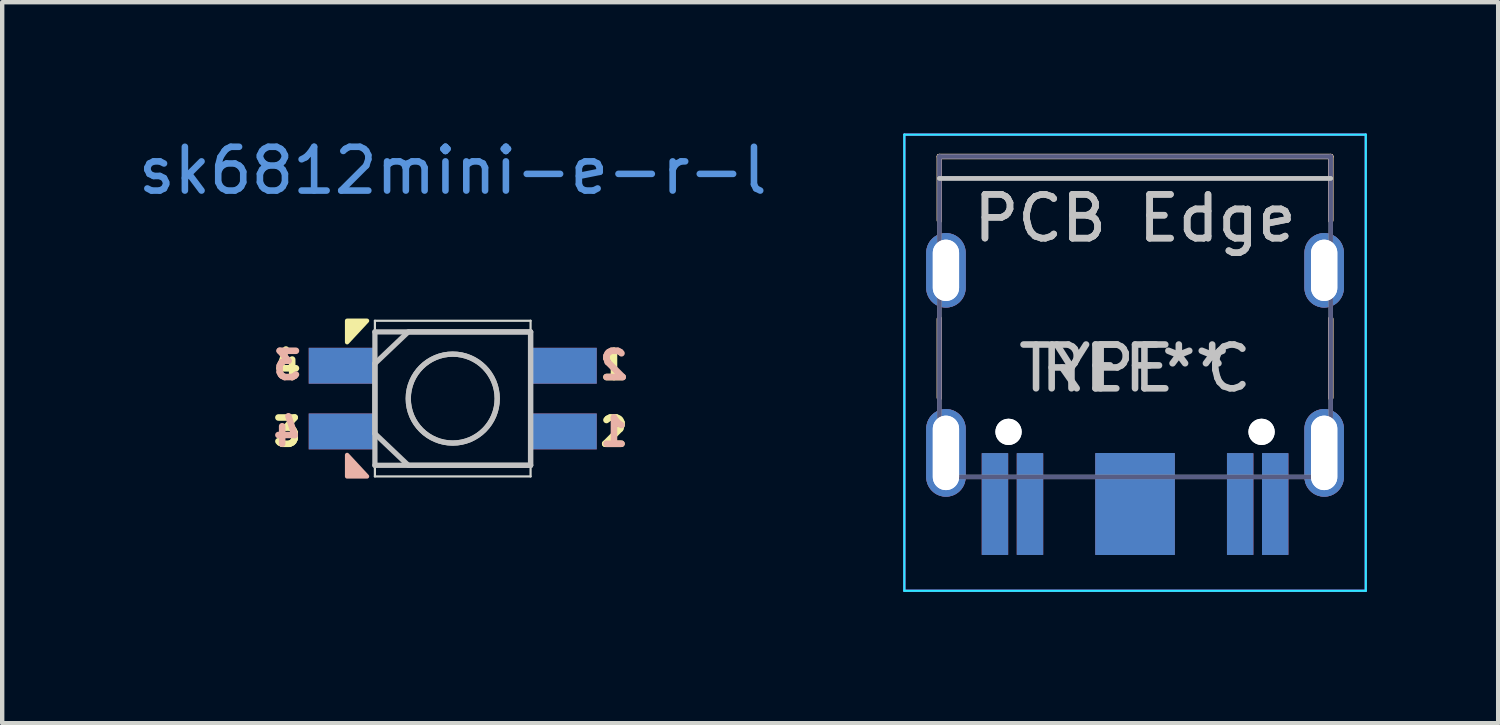
<source format=kicad_pcb>
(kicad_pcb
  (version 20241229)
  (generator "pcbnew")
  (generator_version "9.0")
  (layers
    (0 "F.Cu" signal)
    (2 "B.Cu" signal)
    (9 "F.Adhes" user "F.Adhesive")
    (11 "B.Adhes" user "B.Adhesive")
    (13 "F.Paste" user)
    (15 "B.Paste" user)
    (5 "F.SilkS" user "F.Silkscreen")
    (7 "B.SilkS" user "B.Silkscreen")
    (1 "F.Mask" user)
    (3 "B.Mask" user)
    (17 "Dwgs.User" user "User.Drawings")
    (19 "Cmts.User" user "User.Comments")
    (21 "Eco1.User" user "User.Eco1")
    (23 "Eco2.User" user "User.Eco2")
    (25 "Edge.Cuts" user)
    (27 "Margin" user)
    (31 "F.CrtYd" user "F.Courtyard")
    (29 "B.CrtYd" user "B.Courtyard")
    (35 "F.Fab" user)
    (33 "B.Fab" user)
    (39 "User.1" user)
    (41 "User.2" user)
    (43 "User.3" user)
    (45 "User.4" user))
  (footprint "sk6812mini-e-r-l"
    (layer "F.Cu")
    (at 7.292 0.848)
    (property "Reference" "sk6812mini-e-r-l" (at 0 0 0) (layer "Cmts.User") (effects (font (size 1 1) (thickness 0.15))))
    (attr through_hole)
    (fp_poly (pts (xy -2.413 3.919) (xy -2.413 3.429) (xy -1.958 3.429)) (stroke (width 0.1) (type solid)) (fill yes) (layer "F.SilkS"))
    (fp_poly (pts (xy -2.413 6.495) (xy -2.413 6.985) (xy -1.958 6.985)) (stroke (width 0.1) (type solid)) (fill yes) (layer "B.SilkS"))
    (fp_line (start -1.778 3.683) (end -1.778 6.007) (stroke (width 0.12) (type solid)) (layer "Dwgs.User"))
    (fp_line (start -1.778 3.683) (end 1.778 3.683) (stroke (width 0.12) (type solid)) (layer "Dwgs.User"))
    (fp_line (start -1.778 6.731) (end -1.778 4.407) (stroke (width 0.12) (type solid)) (layer "Dwgs.User"))
    (fp_line (start -1.778 6.731) (end 1.778 6.731) (stroke (width 0.12) (type solid)) (layer "Dwgs.User"))
    (fp_line (start -1.016 3.683) (end -1.778 4.407) (stroke (width 0.12) (type solid)) (layer "Dwgs.User"))
    (fp_line (start -1.016 6.731) (end -1.778 6.007) (stroke (width 0.12) (type solid)) (layer "Dwgs.User"))
    (fp_line (start -1 3.683) (end 1.778 3.683) (stroke (width 0.12) (type solid)) (layer "Dwgs.User"))
    (fp_line (start -1 6.731) (end 1.778 6.731) (stroke (width 0.12) (type solid)) (layer "Dwgs.User"))
    (fp_line (start 1.778 3.683) (end 1.778 6.731) (stroke (width 0.12) (type solid)) (layer "Dwgs.User"))
    (fp_line (start 1.778 6.731) (end 1.778 3.683) (stroke (width 0.12) (type solid)) (layer "Dwgs.User"))
    (fp_circle (center 0 5.207) (end -1.016 5.207) (stroke (width 0.12) (type solid)) (fill no) (layer "Dwgs.User"))
    (fp_circle (center 0 5.207) (end -1.016 5.207) (stroke (width 0.12) (type solid)) (fill no) (layer "Dwgs.User"))
    (fp_line (start -1.778 3.429) (end -1.778 6.985) (stroke (width 0.05) (type solid)) (layer "Edge.Cuts"))
    (fp_line (start 1.778 3.429) (end -1.778 3.429) (stroke (width 0.05) (type solid)) (layer "Edge.Cuts"))
    (fp_line (start 1.778 6.985) (end -1.778 6.985) (stroke (width 0.05) (type solid)) (layer "Edge.Cuts"))
    (fp_line (start 1.778 6.985) (end 1.778 3.429) (stroke (width 0.05) (type solid)) (layer "Edge.Cuts"))
    (fp_text user "3" (at -3.782 5.969 0) (layer "F.SilkS") (effects (font (size 0.6 0.6) (thickness 0.15))))
    (fp_text user "1" (at 3.683 4.445 0) (layer "F.SilkS") (effects (font (size 0.6 0.6) (thickness 0.15))))
    (fp_text user "4" (at -3.782 4.445 0) (layer "F.SilkS") (effects (font (size 0.6 0.6) (thickness 0.15))))
    (fp_text user "2" (at 3.683 5.969 0) (layer "F.SilkS") (effects (font (size 0.6 0.6) (thickness 0.15))))
    (fp_text user "3" (at -3.782 4.445 0) (layer "B.SilkS") (effects (font (size 0.6 0.6) (thickness 0.15)) (justify mirror)))
    (fp_text user "4" (at -3.782 5.969 0) (layer "B.SilkS") (effects (font (size 0.6 0.6) (thickness 0.15)) (justify mirror)))
    (fp_text user "2" (at 3.683 4.445 0) (layer "B.SilkS") (effects (font (size 0.6 0.6) (thickness 0.15)) (justify mirror)))
    (fp_text user "1" (at 3.683 5.969 0) (layer "B.SilkS") (effects (font (size 0.6 0.6) (thickness 0.15)) (justify mirror)))
    (fp_text user " " (at 0 0 0) (layer "F.Fab") (effects (font (size 1 1) (thickness 0.15))))
    (pad "1" smd rect (at 2.54 4.457 180) (size 1.5 0.82) (layers "F.Cu" "F.Mask" "F.Paste"))
    (pad "1" smd rect (at 2.54 5.957 180) (size 1.5 0.82) (layers "B.Cu" "B.Mask" "B.Paste"))
    (pad "2" smd trapezoid (at 2.54 4.457 180) (size 1.5 0.82) (layers "B.Cu" "B.Mask" "B.Paste"))
    (pad "2" smd trapezoid (at 2.54 5.957 180) (size 1.5 0.82) (layers "F.Cu" "F.Mask" "F.Paste"))
    (pad "3" smd rect (at -2.54 4.457 180) (size 1.5 0.82) (layers "B.Cu" "B.Mask" "B.Paste"))
    (pad "3" smd rect (at -2.54 5.957 180) (size 1.5 0.82) (layers "F.Cu" "F.Mask" "F.Paste"))
    (pad "4" smd rect (at -2.54 4.457 180) (size 1.5 0.82) (layers "F.Cu" "F.Mask" "F.Paste"))
    (pad "4" smd rect (at -2.54 5.957 180) (size 1.5 0.82) (layers "B.Cu" "B.Mask" "B.Paste")))
  (footprint "TYPE C"
    (layer "F.Cu")
    (at 22.878 5.365)
    (property "Reference" "TYPE C" (at 0 0 0) (layer "Dwgs.User") (effects (font (size 1 1) (thickness 0.15))))
    (attr through_hole)
    (fp_line (start -4.47 -4.84) (end -4.47 -3.38) (stroke (width 0.12) (type solid)) (layer "F.SilkS"))
    (fp_line (start -4.47 -4.84) (end 4.47 -4.84) (stroke (width 0.12) (type solid)) (layer "F.SilkS"))
    (fp_line (start -4.47 0.67) (end -4.47 -1.13) (stroke (width 0.12) (type solid)) (layer "F.SilkS"))
    (fp_line (start 4.47 -4.84) (end 4.47 -3.38) (stroke (width 0.12) (type solid)) (layer "F.SilkS"))
    (fp_line (start 4.47 0.67) (end 4.47 -1.13) (stroke (width 0.12) (type solid)) (layer "F.SilkS"))
    (fp_line (start -4.47 -4.84) (end -4.47 -3.38) (stroke (width 0.12) (type solid)) (layer "B.SilkS"))
    (fp_line (start -4.47 0.67) (end -4.47 -1.13) (stroke (width 0.12) (type solid)) (layer "B.SilkS"))
    (fp_line (start 4.47 -4.84) (end -4.47 -4.84) (stroke (width 0.12) (type solid)) (layer "B.SilkS"))
    (fp_line (start 4.47 -4.84) (end 4.47 -3.38) (stroke (width 0.12) (type solid)) (layer "B.SilkS"))
    (fp_line (start 4.47 0.67) (end 4.47 -1.13) (stroke (width 0.12) (type solid)) (layer "B.SilkS"))
    (fp_line (start -4.47 -4.34) (end 4.47 -4.34) (stroke (width 0.1) (type solid)) (layer "Dwgs.User"))
    (fp_line (start 4.47 -4.34) (end -4.47 -4.34) (stroke (width 0.1) (type solid)) (layer "Dwgs.User"))
    (fp_line (start -5.27 5.08) (end -5.27 -5.34) (stroke (width 0.05) (type solid)) (layer "B.CrtYd"))
    (fp_line (start 5.27 -5.34) (end -5.27 -5.34) (stroke (width 0.05) (type solid)) (layer "B.CrtYd"))
    (fp_line (start 5.27 -5.34) (end 5.27 5.08) (stroke (width 0.05) (type solid)) (layer "B.CrtYd"))
    (fp_line (start 5.27 5.08) (end -5.27 5.08) (stroke (width 0.05) (type solid)) (layer "B.CrtYd"))
    (fp_line (start -5.27 -5.34) (end -5.27 5.08) (stroke (width 0.05) (type solid)) (layer "F.CrtYd"))
    (fp_line (start -5.27 -5.34) (end 5.27 -5.34) (stroke (width 0.05) (type solid)) (layer "F.CrtYd"))
    (fp_line (start -5.27 5.08) (end 5.27 5.08) (stroke (width 0.05) (type solid)) (layer "F.CrtYd"))
    (fp_line (start 5.27 5.08) (end 5.27 -5.34) (stroke (width 0.05) (type solid)) (layer "F.CrtYd"))
    (fp_line (start -4.47 2.48) (end -4.47 -4.84) (stroke (width 0.1) (type solid)) (layer "B.Fab"))
    (fp_line (start -4.47 2.48) (end 4.47 2.48) (stroke (width 0.1) (type solid)) (layer "B.Fab"))
    (fp_line (start 4.47 -4.84) (end -4.47 -4.84) (stroke (width 0.1) (type solid)) (layer "B.Fab"))
    (fp_line (start 4.47 2.48) (end 4.47 -4.84) (stroke (width 0.1) (type solid)) (layer "B.Fab"))
    (fp_line (start -4.47 -4.84) (end 4.47 -4.84) (stroke (width 0.1) (type solid)) (layer "F.Fab"))
    (fp_line (start -4.47 2.48) (end -4.47 -4.84) (stroke (width 0.1) (type solid)) (layer "F.Fab"))
    (fp_line (start 4.47 2.48) (end -4.47 2.48) (stroke (width 0.1) (type solid)) (layer "F.Fab"))
    (fp_line (start 4.47 2.48) (end 4.47 -4.84) (stroke (width 0.1) (type solid)) (layer "F.Fab"))
    (fp_text user "PCB Edge" (at 0 -3.43 180) (layer "Dwgs.User") (effects (font (size 1 1) (thickness 0.15))))
    (fp_text user "PCB Edge" (at 0 -3.43 0) (layer "Dwgs.User") (effects (font (size 1 1) (thickness 0.15))))
    (fp_text user "REF**" (at 0 0 180) (layer "Dwgs.User") (effects (font (size 1 1) (thickness 0.15))))
    (fp_text user " " (at 0 -1.524 180) (layer "B.Fab") (effects (font (size 1 1) (thickness 0.15)) (justify mirror)))
    (fp_text user " " (at 0 0 180) (layer "B.Fab") (effects (font (size 1 1) (thickness 0.15)) (justify mirror)))
    (fp_text user " " (at 0 0 0) (layer "F.Fab") (effects (font (size 1 1) (thickness 0.15))))
    (pad "" np_thru_hole circle (at -2.89 1.45 180) (size 0.6 0.6) (drill 0.6) (layers "*.Cu" "*.Mask"))
    (pad "" np_thru_hole circle (at -2.89 1.45) (size 0.6 0.6) (drill 0.6) (layers "*.Cu" "*.Mask"))
    (pad "" np_thru_hole circle (at 2.89 1.45 180) (size 0.6 0.6) (drill 0.6) (layers "*.Cu" "*.Mask"))
    (pad "" np_thru_hole circle (at 2.89 1.45) (size 0.6 0.6) (drill 0.6) (layers "*.Cu" "*.Mask"))
    (pad "A1" smd rect (at -3.2 3.099) (size 0.6 2.32) (layers "B.Cu" "B.Mask" "B.Paste"))
    (pad "A1" smd rect (at 3.2 3.099 180) (size 0.6 2.32) (layers "F.Cu" "F.Mask" "F.Paste"))
    (pad "A4" smd rect (at -2.4 3.099) (size 0.6 2.32) (layers "B.Cu" "B.Mask" "B.Paste"))
    (pad "A4" smd rect (at 2.4 3.099 180) (size 0.6 2.32) (layers "F.Cu" "F.Mask" "F.Paste"))
    (pad "A6" smd rect (at 0 3.099) (size 1.8 2.32) (layers "F.Cu" "F.Mask" "F.Paste"))
    (pad "A6" smd rect (at 0 3.099 180) (size 1.8 2.32) (layers "B.Cu" "B.Mask" "B.Paste"))
    (pad "A7" smd rect (at 0 3.099) (size 1.8 2.32) (layers "F.Cu" "F.Mask" "F.Paste"))
    (pad "A7" smd rect (at 0 3.099 180) (size 1.8 2.32) (layers "B.Cu" "B.Mask" "B.Paste"))
    (pad "A9" smd rect (at -2.4 3.099 180) (size 0.6 2.32) (layers "F.Cu" "F.Mask" "F.Paste"))
    (pad "A9" smd rect (at 2.4 3.099) (size 0.6 2.32) (layers "B.Cu" "B.Mask" "B.Paste"))
    (pad "A12" smd rect (at -3.2 3.099 180) (size 0.6 2.32) (layers "F.Cu" "F.Mask" "F.Paste"))
    (pad "A12" smd rect (at 3.2 3.099) (size 0.6 2.32) (layers "B.Cu" "B.Mask" "B.Paste"))
    (pad "B1" smd rect (at -3.2 3.099 180) (size 0.6 2.32) (layers "F.Cu" "F.Mask" "F.Paste"))
    (pad "B1" smd rect (at 3.2 3.099) (size 0.6 2.32) (layers "B.Cu" "B.Mask" "B.Paste"))
    (pad "B4" smd rect (at -2.4 3.099 180) (size 0.6 2.32) (layers "F.Cu" "F.Mask" "F.Paste"))
    (pad "B4" smd rect (at 2.4 3.099) (size 0.6 2.32) (layers "B.Cu" "B.Mask" "B.Paste"))
    (pad "B6" smd rect (at 0 3.099) (size 1.8 2.32) (layers "F.Cu" "F.Mask" "F.Paste"))
    (pad "B6" smd rect (at 0 3.099 180) (size 1.8 2.32) (layers "B.Cu" "B.Mask" "B.Paste"))
    (pad "B7" smd rect (at 0 3.099) (size 1.8 2.32) (layers "F.Cu" "F.Mask" "F.Paste"))
    (pad "B7" smd rect (at 0 3.099 180) (size 1.8 2.32) (layers "B.Cu" "B.Mask" "B.Paste"))
    (pad "B9" smd rect (at -2.4 3.099) (size 0.6 2.32) (layers "B.Cu" "B.Mask" "B.Paste"))
    (pad "B9" smd rect (at 2.4 3.099 180) (size 0.6 2.32) (layers "F.Cu" "F.Mask" "F.Paste"))
    (pad "B12" smd rect (at -3.2 3.099) (size 0.6 2.32) (layers "B.Cu" "B.Mask" "B.Paste"))
    (pad "B12" smd rect (at 3.2 3.099 180) (size 0.6 2.32) (layers "F.Cu" "F.Mask" "F.Paste"))
    (pad "S1" thru_hole oval (at -4.32 -2.24 270) (size 1.7 0.9) (drill oval 1.4 0.6) (layers "*.Cu" "*.Mask"))
    (pad "S1" thru_hole oval (at -4.32 -2.24 270) (size 1.7 0.9) (drill oval 1.4 0.6) (layers "*.Cu" "*.Mask"))
    (pad "S1" thru_hole oval (at -4.32 1.93 270) (size 2 0.9) (drill oval 1.7 0.6) (layers "*.Cu" "*.Mask"))
    (pad "S1" thru_hole oval (at -4.32 1.93 270) (size 2 0.9) (drill oval 1.7 0.6) (layers "*.Cu" "*.Mask"))
    (pad "S1" thru_hole oval (at 4.32 -2.24 270) (size 1.7 0.9) (drill oval 1.4 0.6) (layers "*.Cu" "*.Mask"))
    (pad "S1" thru_hole oval (at 4.32 -2.24 270) (size 1.7 0.9) (drill oval 1.4 0.6) (layers "*.Cu" "*.Mask"))
    (pad "S1" thru_hole oval (at 4.32 1.93 270) (size 2 0.9) (drill oval 1.7 0.6) (layers "*.Cu" "*.Mask"))
    (pad "S1" thru_hole oval (at 4.32 1.93 270) (size 2 0.9) (drill oval 1.7 0.6) (layers "*.Cu" "*.Mask")))
  (gr_rect
    (start -3 -3)
    (end 31.173 13.47)
    (stroke (width 0.1) (type default))
    (fill no)
    (layer "Edge.Cuts")))
</source>
